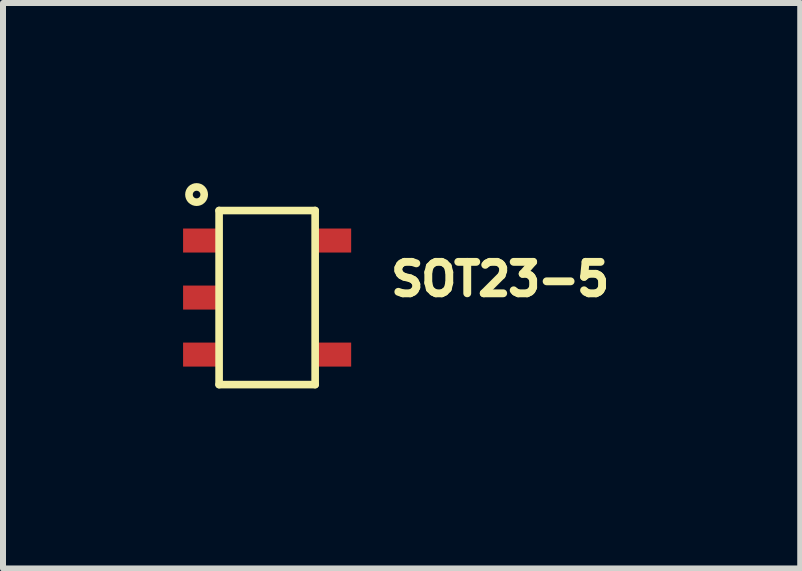
<source format=kicad_pcb>
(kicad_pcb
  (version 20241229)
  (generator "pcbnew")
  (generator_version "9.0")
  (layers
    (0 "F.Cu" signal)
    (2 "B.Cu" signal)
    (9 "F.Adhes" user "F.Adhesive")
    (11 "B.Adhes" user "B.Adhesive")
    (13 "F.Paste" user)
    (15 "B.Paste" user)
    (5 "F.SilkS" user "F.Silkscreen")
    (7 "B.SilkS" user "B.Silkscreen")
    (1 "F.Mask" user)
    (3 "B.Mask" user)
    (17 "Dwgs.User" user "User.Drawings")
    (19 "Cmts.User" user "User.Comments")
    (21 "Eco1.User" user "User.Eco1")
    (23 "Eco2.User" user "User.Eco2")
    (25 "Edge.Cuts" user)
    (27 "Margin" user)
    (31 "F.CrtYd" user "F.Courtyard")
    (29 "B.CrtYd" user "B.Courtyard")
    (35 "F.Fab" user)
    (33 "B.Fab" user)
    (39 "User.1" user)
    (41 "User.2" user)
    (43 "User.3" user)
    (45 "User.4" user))
  (footprint "SOT23-5"
    (layer "F.Cu")
    (at 1.4 1.907)
    (property "Reference" "SOT23-5" (at 2 0 0) (layer "F.SilkS") (effects (font (size 0.524 0.524) (thickness 0.131)) (justify left bottom)))
    (fp_line (start -0.8 -1.45) (end -0.8 1.45) (stroke (width 0.127) (type solid)) (layer "F.SilkS"))
    (fp_line (start -0.8 1.45) (end 0.8 1.45) (stroke (width 0.127) (type solid)) (layer "F.SilkS"))
    (fp_line (start 0.8 -1.45) (end -0.8 -1.45) (stroke (width 0.127) (type solid)) (layer "F.SilkS"))
    (fp_line (start 0.8 1.45) (end 0.8 -1.45) (stroke (width 0.127) (type solid)) (layer "F.SilkS"))
    (fp_circle (center -1.175 -1.716) (end -1.048 -1.716) (stroke (width 0.127) (type solid)) (fill no) (layer "F.SilkS"))
    (pad "1" smd rect (at -1.1 -0.95 180) (size 0.6 0.4) (layers "F.Cu" "F.Mask" "F.Paste"))
    (pad "2" smd rect (at -1.1 0 180) (size 0.6 0.4) (layers "F.Cu" "F.Mask" "F.Paste"))
    (pad "3" smd rect (at -1.1 0.95 180) (size 0.6 0.4) (layers "F.Cu" "F.Mask" "F.Paste"))
    (pad "4" smd rect (at 1.1 0.95 180) (size 0.6 0.4) (layers "F.Cu" "F.Mask" "F.Paste"))
    (pad "5" smd rect (at 1.1 -0.95 180) (size 0.6 0.4) (layers "F.Cu" "F.Mask" "F.Paste")))
  (gr_rect
    (start -3 -3)
    (end 10.281 6.42)
    (stroke (width 0.1) (type default))
    (fill no)
    (layer "Edge.Cuts")))
</source>
